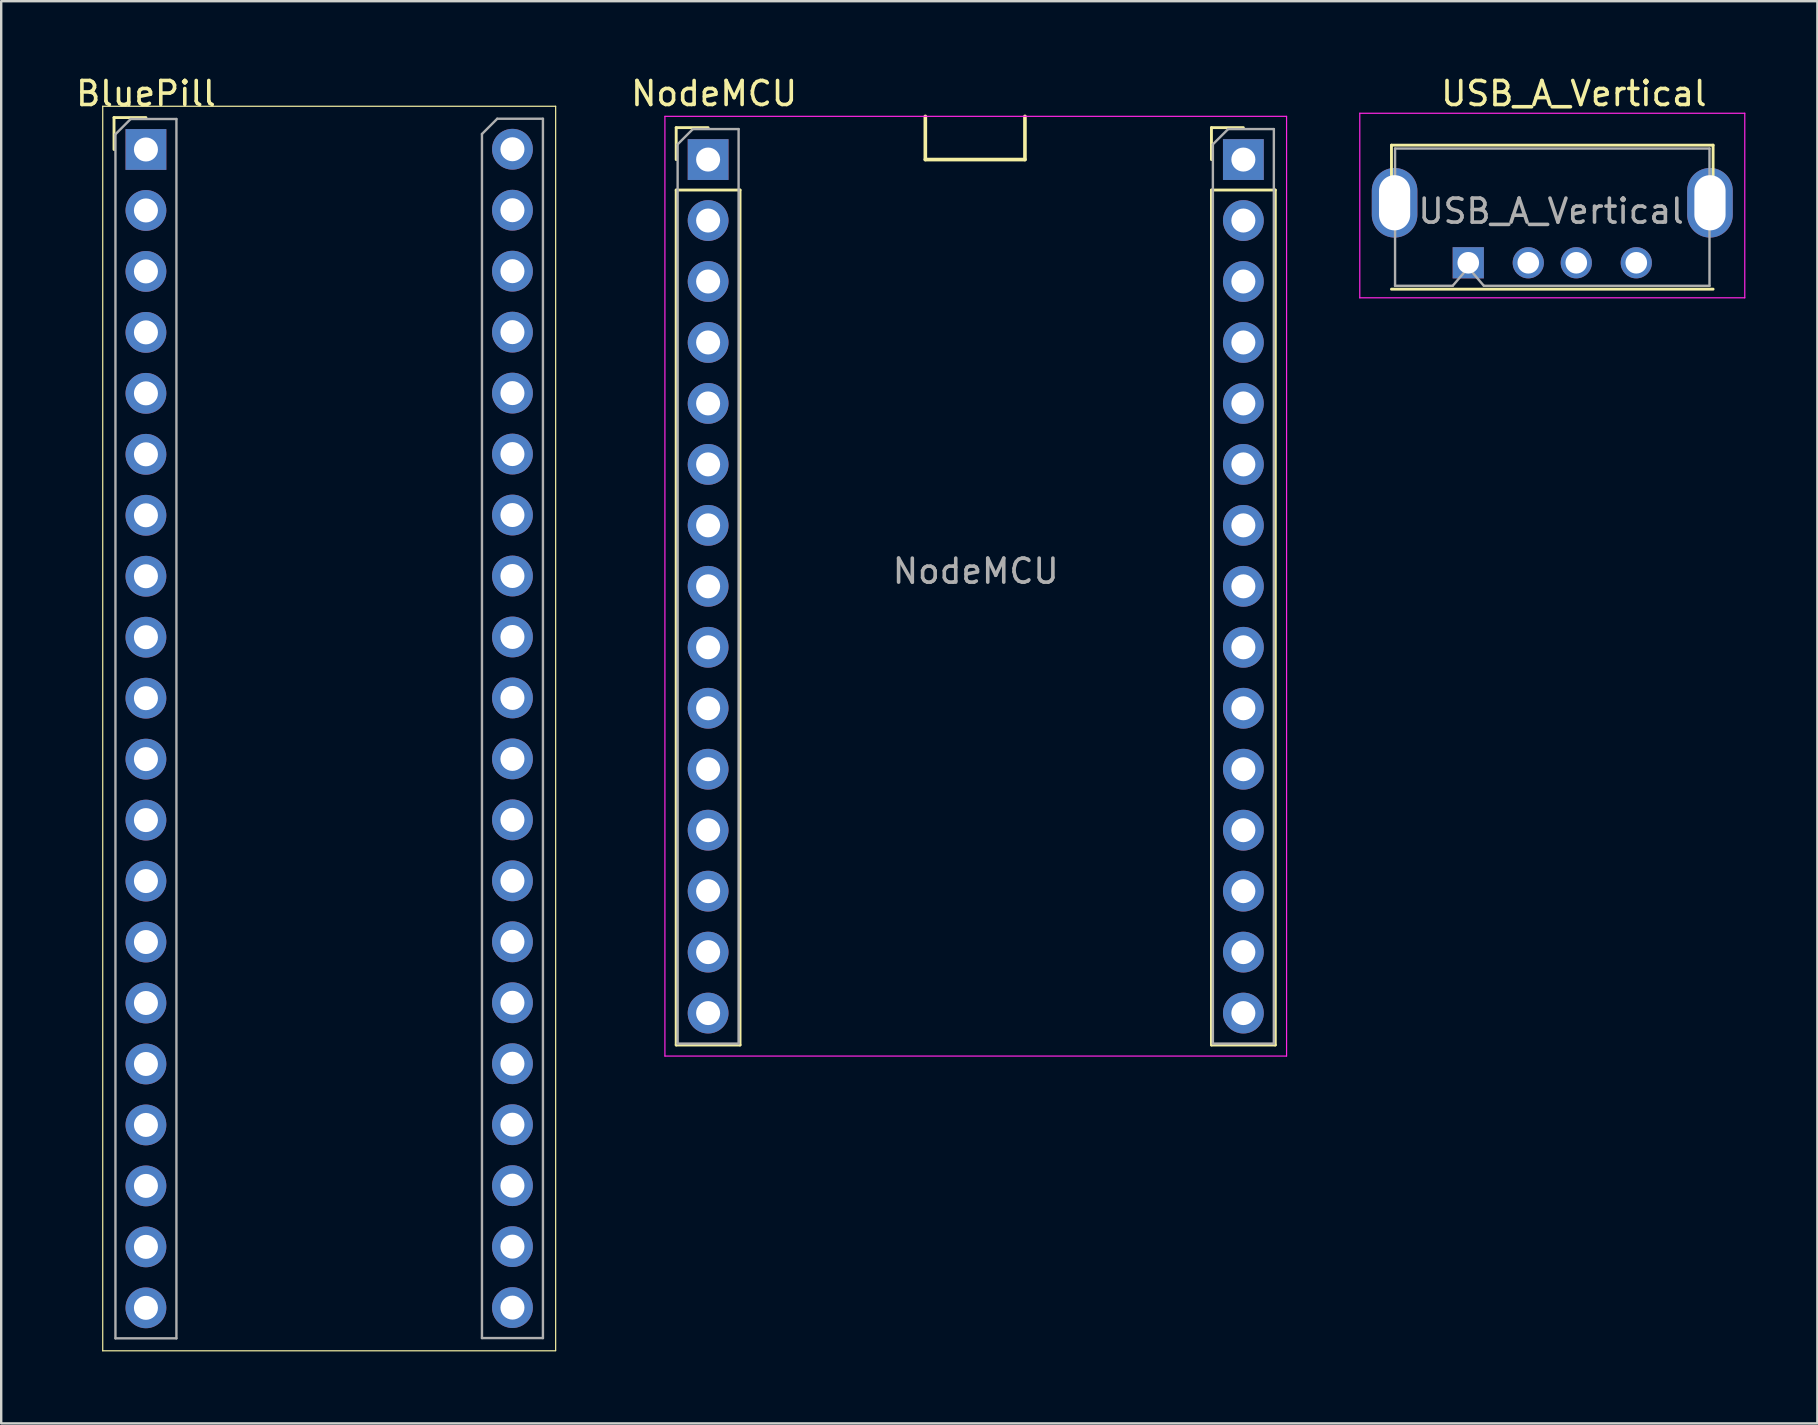
<source format=kicad_pcb>
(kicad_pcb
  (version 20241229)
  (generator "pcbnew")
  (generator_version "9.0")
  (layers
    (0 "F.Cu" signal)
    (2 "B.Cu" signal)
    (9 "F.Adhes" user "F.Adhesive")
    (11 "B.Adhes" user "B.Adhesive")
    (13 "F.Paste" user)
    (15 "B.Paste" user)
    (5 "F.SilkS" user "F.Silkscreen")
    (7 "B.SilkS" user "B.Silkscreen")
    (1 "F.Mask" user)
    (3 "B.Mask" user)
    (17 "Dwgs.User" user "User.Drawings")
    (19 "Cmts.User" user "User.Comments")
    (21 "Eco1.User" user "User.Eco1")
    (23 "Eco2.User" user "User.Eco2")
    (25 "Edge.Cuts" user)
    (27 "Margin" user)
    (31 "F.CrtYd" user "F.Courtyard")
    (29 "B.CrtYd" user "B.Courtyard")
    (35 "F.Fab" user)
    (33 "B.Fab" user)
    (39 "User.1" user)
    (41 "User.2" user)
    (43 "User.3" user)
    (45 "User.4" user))
  (footprint "NodeMCU"
    (layer "F.Cu")
    (at 26.452 3.598)
    (property "Reference" "NodeMCU" (at 0.25 -2.75 0) (layer "F.SilkS") (effects (font (size 1 1) (thickness 0.15))))
    (attr through_hole)
    (fp_line (start -1.33 -1.33) (end 0 -1.33) (stroke (width 0.12) (type solid)) (layer "F.SilkS"))
    (fp_line (start -1.33 0) (end -1.33 -1.33) (stroke (width 0.12) (type solid)) (layer "F.SilkS"))
    (fp_line (start -1.33 1.27) (end -1.33 36.89) (stroke (width 0.12) (type solid)) (layer "F.SilkS"))
    (fp_line (start -1.33 1.27) (end 1.33 1.27) (stroke (width 0.12) (type solid)) (layer "F.SilkS"))
    (fp_line (start -1.33 36.89) (end 1.33 36.89) (stroke (width 0.12) (type solid)) (layer "F.SilkS"))
    (fp_line (start 1.33 1.27) (end 1.33 36.89) (stroke (width 0.12) (type solid)) (layer "F.SilkS"))
    (fp_line (start 9.05 -1.8) (end 9.05 0) (stroke (width 0.15) (type solid)) (layer "F.SilkS"))
    (fp_line (start 9.05 0) (end 13.2 0) (stroke (width 0.15) (type solid)) (layer "F.SilkS"))
    (fp_line (start 13.2 0) (end 13.2 -1.8) (stroke (width 0.15) (type solid)) (layer "F.SilkS"))
    (fp_line (start 20.97 -1.33) (end 22.3 -1.33) (stroke (width 0.12) (type solid)) (layer "F.SilkS"))
    (fp_line (start 20.97 0) (end 20.97 -1.33) (stroke (width 0.12) (type solid)) (layer "F.SilkS"))
    (fp_line (start 20.97 1.27) (end 20.97 36.89) (stroke (width 0.12) (type solid)) (layer "F.SilkS"))
    (fp_line (start 20.97 1.27) (end 23.63 1.27) (stroke (width 0.12) (type solid)) (layer "F.SilkS"))
    (fp_line (start 20.97 36.89) (end 23.63 36.89) (stroke (width 0.12) (type solid)) (layer "F.SilkS"))
    (fp_line (start 23.63 1.27) (end 23.63 36.89) (stroke (width 0.12) (type solid)) (layer "F.SilkS"))
    (fp_line (start -1.8 -1.8) (end -1.8 37.35) (stroke (width 0.05) (type solid)) (layer "F.CrtYd"))
    (fp_line (start -1.8 -1.8) (end 24.1 -1.8) (stroke (width 0.05) (type solid)) (layer "F.CrtYd"))
    (fp_line (start -1.8 37.35) (end 24.1 37.35) (stroke (width 0.05) (type solid)) (layer "F.CrtYd"))
    (fp_line (start 24.1 37.35) (end 24.1 -1.8) (stroke (width 0.05) (type solid)) (layer "F.CrtYd"))
    (fp_line (start -1.27 -0.635) (end -0.635 -1.27) (stroke (width 0.1) (type solid)) (layer "F.Fab"))
    (fp_line (start -1.27 36.83) (end -1.27 -0.635) (stroke (width 0.1) (type solid)) (layer "F.Fab"))
    (fp_line (start -0.635 -1.27) (end 1.27 -1.27) (stroke (width 0.1) (type solid)) (layer "F.Fab"))
    (fp_line (start 1.27 -1.27) (end 1.27 36.83) (stroke (width 0.1) (type solid)) (layer "F.Fab"))
    (fp_line (start 1.27 36.83) (end -1.27 36.83) (stroke (width 0.1) (type solid)) (layer "F.Fab"))
    (fp_line (start 21.03 -0.635) (end 21.665 -1.27) (stroke (width 0.1) (type solid)) (layer "F.Fab"))
    (fp_line (start 21.03 36.83) (end 21.03 -0.635) (stroke (width 0.1) (type solid)) (layer "F.Fab"))
    (fp_line (start 21.665 -1.27) (end 23.57 -1.27) (stroke (width 0.1) (type solid)) (layer "F.Fab"))
    (fp_line (start 23.57 -1.27) (end 23.57 36.83) (stroke (width 0.1) (type solid)) (layer "F.Fab"))
    (fp_line (start 23.57 36.83) (end 21.03 36.83) (stroke (width 0.1) (type solid)) (layer "F.Fab"))
    (fp_text user "${REFERENCE}" (at 11.15 17.15 180) (layer "F.Fab") (effects (font (size 1 1) (thickness 0.15))))
    (pad "1" thru_hole rect (at 0 0) (size 1.7 1.7) (drill 1) (layers "*.Cu" "*.Mask"))
    (pad "2" thru_hole oval (at 0 2.54) (size 1.7 1.7) (drill 1) (layers "*.Cu" "*.Mask"))
    (pad "3" thru_hole oval (at 0 5.08) (size 1.7 1.7) (drill 1) (layers "*.Cu" "*.Mask"))
    (pad "4" thru_hole oval (at 0 7.62) (size 1.7 1.7) (drill 1) (layers "*.Cu" "*.Mask"))
    (pad "5" thru_hole oval (at 0 10.16) (size 1.7 1.7) (drill 1) (layers "*.Cu" "*.Mask"))
    (pad "6" thru_hole oval (at 0 12.7) (size 1.7 1.7) (drill 1) (layers "*.Cu" "*.Mask"))
    (pad "7" thru_hole oval (at 0 15.24) (size 1.7 1.7) (drill 1) (layers "*.Cu" "*.Mask"))
    (pad "8" thru_hole oval (at 0 17.78) (size 1.7 1.7) (drill 1) (layers "*.Cu" "*.Mask"))
    (pad "9" thru_hole oval (at 0 20.32) (size 1.7 1.7) (drill 1) (layers "*.Cu" "*.Mask"))
    (pad "10" thru_hole oval (at 0 22.86) (size 1.7 1.7) (drill 1) (layers "*.Cu" "*.Mask"))
    (pad "11" thru_hole oval (at 0 25.4) (size 1.7 1.7) (drill 1) (layers "*.Cu" "*.Mask"))
    (pad "12" thru_hole oval (at 0 27.94) (size 1.7 1.7) (drill 1) (layers "*.Cu" "*.Mask"))
    (pad "13" thru_hole oval (at 0 30.48) (size 1.7 1.7) (drill 1) (layers "*.Cu" "*.Mask"))
    (pad "14" thru_hole oval (at 0 33.02) (size 1.7 1.7) (drill 1) (layers "*.Cu" "*.Mask"))
    (pad "15" thru_hole oval (at 0 35.56) (size 1.7 1.7) (drill 1) (layers "*.Cu" "*.Mask"))
    (pad "16" thru_hole oval (at 22.3 35.56) (size 1.7 1.7) (drill 1) (layers "*.Cu" "*.Mask"))
    (pad "17" thru_hole oval (at 22.3 33.02) (size 1.7 1.7) (drill 1) (layers "*.Cu" "*.Mask"))
    (pad "18" thru_hole oval (at 22.3 30.48) (size 1.7 1.7) (drill 1) (layers "*.Cu" "*.Mask"))
    (pad "19" thru_hole oval (at 22.3 27.94) (size 1.7 1.7) (drill 1) (layers "*.Cu" "*.Mask"))
    (pad "20" thru_hole oval (at 22.3 25.4) (size 1.7 1.7) (drill 1) (layers "*.Cu" "*.Mask"))
    (pad "21" thru_hole oval (at 22.3 22.86) (size 1.7 1.7) (drill 1) (layers "*.Cu" "*.Mask"))
    (pad "22" thru_hole oval (at 22.3 20.32) (size 1.7 1.7) (drill 1) (layers "*.Cu" "*.Mask"))
    (pad "23" thru_hole oval (at 22.3 17.78) (size 1.7 1.7) (drill 1) (layers "*.Cu" "*.Mask"))
    (pad "24" thru_hole oval (at 22.3 15.24) (size 1.7 1.7) (drill 1) (layers "*.Cu" "*.Mask"))
    (pad "25" thru_hole oval (at 22.3 12.7) (size 1.7 1.7) (drill 1) (layers "*.Cu" "*.Mask"))
    (pad "26" thru_hole oval (at 22.3 10.16) (size 1.7 1.7) (drill 1) (layers "*.Cu" "*.Mask"))
    (pad "27" thru_hole oval (at 22.3 7.62) (size 1.7 1.7) (drill 1) (layers "*.Cu" "*.Mask"))
    (pad "28" thru_hole oval (at 22.3 5.08) (size 1.7 1.7) (drill 1) (layers "*.Cu" "*.Mask"))
    (pad "29" thru_hole oval (at 22.3 2.54) (size 1.7 1.7) (drill 1) (layers "*.Cu" "*.Mask"))
    (pad "30" thru_hole rect (at 22.3 0) (size 1.7 1.7) (drill 1) (layers "*.Cu" "*.Mask")))
  (footprint "USB_A_Vertical"
    (layer "F.Cu")
    (at 58.122 7.898)
    (property "Reference" "USB_A_Vertical" (at 4.4 -7.05 0) (layer "F.SilkS") (effects (font (size 1 1) (thickness 0.15))))
    (attr through_hole)
    (fp_line (start -3.2 -4.9) (end -3.2 -2.3) (stroke (width 0.12) (type solid)) (layer "F.SilkS"))
    (fp_line (start -3.2 -4.9) (end 10.2 -4.9) (stroke (width 0.12) (type solid)) (layer "F.SilkS"))
    (fp_line (start 10.2 -4.9) (end 10.2 -2.3) (stroke (width 0.12) (type solid)) (layer "F.SilkS"))
    (fp_line (start 10.2 1.1) (end -3.2 1.1) (stroke (width 0.12) (type solid)) (layer "F.SilkS"))
    (fp_line (start -4.52 -6.23) (end 11.52 -6.23) (stroke (width 0.05) (type solid)) (layer "F.CrtYd"))
    (fp_line (start -4.52 1.46) (end -4.52 -6.23) (stroke (width 0.05) (type solid)) (layer "F.CrtYd"))
    (fp_line (start 11.52 -6.23) (end 11.52 1.46) (stroke (width 0.05) (type solid)) (layer "F.CrtYd"))
    (fp_line (start 11.52 1.46) (end -4.52 1.46) (stroke (width 0.05) (type solid)) (layer "F.CrtYd"))
    (fp_line (start -3.05 -4.76) (end 10.05 -4.76) (stroke (width 0.1) (type solid)) (layer "F.Fab"))
    (fp_line (start -3.05 0.96) (end -3.05 -4.76) (stroke (width 0.1) (type solid)) (layer "F.Fab"))
    (fp_line (start -0.65 0.96) (end -3.05 0.96) (stroke (width 0.1) (type solid)) (layer "F.Fab"))
    (fp_line (start -0.65 0.96) (end 0 0.2) (stroke (width 0.1) (type solid)) (layer "F.Fab"))
    (fp_line (start 0 0.2) (end 0.65 0.96) (stroke (width 0.1) (type solid)) (layer "F.Fab"))
    (fp_line (start 10.05 -4.76) (end 10.05 0.96) (stroke (width 0.1) (type solid)) (layer "F.Fab"))
    (fp_line (start 10.05 0.96) (end 0.65 0.96) (stroke (width 0.1) (type solid)) (layer "F.Fab"))
    (fp_text user "${REFERENCE}" (at 3.45 -2.15 0) (layer "F.Fab") (effects (font (size 1 1) (thickness 0.15))))
    (pad "1" thru_hole circle (at 7 0) (size 1.3 1.3) (drill 0.9) (layers "*.Cu" "*.Mask"))
    (pad "2" thru_hole circle (at 4.5 0) (size 1.3 1.3) (drill 0.9) (layers "*.Cu" "*.Mask"))
    (pad "3" thru_hole circle (at 2.5 0) (size 1.3 1.3) (drill 0.9) (layers "*.Cu" "*.Mask"))
    (pad "4" thru_hole rect (at 0 0) (size 1.3 1.3) (drill 0.9) (layers "*.Cu" "*.Mask"))
    (pad "5" thru_hole oval (at -3.07 -2.5 180) (size 1.9 2.9) (drill oval 1.3 2.3) (layers "*.Cu" "*.Mask"))
    (pad "5" thru_hole oval (at 10.07 -2.5) (size 1.9 2.9) (drill oval 1.3 2.3) (layers "*.Cu" "*.Mask")))
  (footprint "BluePill"
    (layer "F.Cu")
    (at 3.03 3.178)
    (property "Reference" "BluePill" (at 0 -2.33 0) (layer "F.SilkS") (effects (font (size 1 1) (thickness 0.15))))
    (attr through_hole)
    (fp_line (start -1.8 -1.8) (end -1.8 50.05) (stroke (width 0.05) (type solid)) (layer "F.SilkS"))
    (fp_line (start -1.8 50.05) (end 17.07 50.05) (stroke (width 0.05) (type solid)) (layer "F.SilkS"))
    (fp_line (start -1.33 -1.33) (end 0 -1.33) (stroke (width 0.12) (type solid)) (layer "F.SilkS"))
    (fp_line (start -1.33 0) (end -1.33 -1.33) (stroke (width 0.12) (type solid)) (layer "F.SilkS"))
    (fp_line (start 17.07 -1.8) (end -1.8 -1.8) (stroke (width 0.05) (type solid)) (layer "F.SilkS"))
    (fp_line (start 17.07 50.04) (end 17.07 -1.8) (stroke (width 0.05) (type solid)) (layer "F.SilkS"))
    (fp_line (start -1.27 -0.635) (end -0.635 -1.27) (stroke (width 0.1) (type solid)) (layer "F.Fab"))
    (fp_line (start -1.27 49.53) (end -1.27 -0.635) (stroke (width 0.1) (type solid)) (layer "F.Fab"))
    (fp_line (start -0.635 -1.27) (end 1.27 -1.27) (stroke (width 0.1) (type solid)) (layer "F.Fab"))
    (fp_line (start 1.27 -1.27) (end 1.27 49.53) (stroke (width 0.1) (type solid)) (layer "F.Fab"))
    (fp_line (start 1.27 49.53) (end -1.27 49.53) (stroke (width 0.1) (type solid)) (layer "F.Fab"))
    (fp_line (start 14 -0.645) (end 14.635 -1.28) (stroke (width 0.1) (type solid)) (layer "F.Fab"))
    (fp_line (start 14 49.52) (end 14 -0.645) (stroke (width 0.1) (type solid)) (layer "F.Fab"))
    (fp_line (start 14.635 -1.28) (end 16.54 -1.28) (stroke (width 0.1) (type solid)) (layer "F.Fab"))
    (fp_line (start 16.54 -1.28) (end 16.54 49.52) (stroke (width 0.1) (type solid)) (layer "F.Fab"))
    (fp_line (start 16.54 49.52) (end 14 49.52) (stroke (width 0.1) (type solid)) (layer "F.Fab"))
    (pad "1" thru_hole rect (at 0 0) (size 1.7 1.7) (drill 1) (layers "*.Cu" "*.Mask"))
    (pad "2" thru_hole oval (at 0 2.54) (size 1.7 1.7) (drill 1) (layers "*.Cu" "*.Mask"))
    (pad "3" thru_hole oval (at 0 5.08) (size 1.7 1.7) (drill 1) (layers "*.Cu" "*.Mask"))
    (pad "4" thru_hole oval (at 0 7.62) (size 1.7 1.7) (drill 1) (layers "*.Cu" "*.Mask"))
    (pad "5" thru_hole oval (at 0 10.16) (size 1.7 1.7) (drill 1) (layers "*.Cu" "*.Mask"))
    (pad "6" thru_hole oval (at 0 12.7) (size 1.7 1.7) (drill 1) (layers "*.Cu" "*.Mask"))
    (pad "7" thru_hole oval (at 0 15.24) (size 1.7 1.7) (drill 1) (layers "*.Cu" "*.Mask"))
    (pad "8" thru_hole oval (at 0 17.78) (size 1.7 1.7) (drill 1) (layers "*.Cu" "*.Mask"))
    (pad "9" thru_hole oval (at 0 20.32) (size 1.7 1.7) (drill 1) (layers "*.Cu" "*.Mask"))
    (pad "10" thru_hole oval (at 0 22.86) (size 1.7 1.7) (drill 1) (layers "*.Cu" "*.Mask"))
    (pad "11" thru_hole oval (at 0 25.4) (size 1.7 1.7) (drill 1) (layers "*.Cu" "*.Mask"))
    (pad "12" thru_hole oval (at 0 27.94) (size 1.7 1.7) (drill 1) (layers "*.Cu" "*.Mask"))
    (pad "13" thru_hole oval (at 0 30.48) (size 1.7 1.7) (drill 1) (layers "*.Cu" "*.Mask"))
    (pad "14" thru_hole oval (at 0 33.02) (size 1.7 1.7) (drill 1) (layers "*.Cu" "*.Mask"))
    (pad "15" thru_hole oval (at 0 35.56) (size 1.7 1.7) (drill 1) (layers "*.Cu" "*.Mask"))
    (pad "16" thru_hole oval (at 0 38.1) (size 1.7 1.7) (drill 1) (layers "*.Cu" "*.Mask"))
    (pad "17" thru_hole oval (at 0 40.64) (size 1.7 1.7) (drill 1) (layers "*.Cu" "*.Mask"))
    (pad "18" thru_hole oval (at 0 43.18) (size 1.7 1.7) (drill 1) (layers "*.Cu" "*.Mask"))
    (pad "19" thru_hole oval (at 0 45.72) (size 1.7 1.7) (drill 1) (layers "*.Cu" "*.Mask"))
    (pad "20" thru_hole oval (at 0 48.26) (size 1.7 1.7) (drill 1) (layers "*.Cu" "*.Mask"))
    (pad "21" thru_hole oval (at 15.27 48.25) (size 1.7 1.7) (drill 1) (layers "*.Cu" "*.Mask"))
    (pad "22" thru_hole oval (at 15.27 45.71) (size 1.7 1.7) (drill 1) (layers "*.Cu" "*.Mask"))
    (pad "23" thru_hole oval (at 15.27 43.17) (size 1.7 1.7) (drill 1) (layers "*.Cu" "*.Mask"))
    (pad "24" thru_hole oval (at 15.27 40.63) (size 1.7 1.7) (drill 1) (layers "*.Cu" "*.Mask"))
    (pad "25" thru_hole oval (at 15.27 38.09) (size 1.7 1.7) (drill 1) (layers "*.Cu" "*.Mask"))
    (pad "26" thru_hole oval (at 15.27 35.55) (size 1.7 1.7) (drill 1) (layers "*.Cu" "*.Mask"))
    (pad "27" thru_hole oval (at 15.27 33.01) (size 1.7 1.7) (drill 1) (layers "*.Cu" "*.Mask"))
    (pad "28" thru_hole oval (at 15.27 30.47) (size 1.7 1.7) (drill 1) (layers "*.Cu" "*.Mask"))
    (pad "29" thru_hole oval (at 15.27 27.93) (size 1.7 1.7) (drill 1) (layers "*.Cu" "*.Mask"))
    (pad "30" thru_hole oval (at 15.27 25.39) (size 1.7 1.7) (drill 1) (layers "*.Cu" "*.Mask"))
    (pad "31" thru_hole oval (at 15.27 22.85) (size 1.7 1.7) (drill 1) (layers "*.Cu" "*.Mask"))
    (pad "32" thru_hole oval (at 15.27 20.31) (size 1.7 1.7) (drill 1) (layers "*.Cu" "*.Mask"))
    (pad "33" thru_hole oval (at 15.27 17.77) (size 1.7 1.7) (drill 1) (layers "*.Cu" "*.Mask"))
    (pad "34" thru_hole oval (at 15.27 15.23) (size 1.7 1.7) (drill 1) (layers "*.Cu" "*.Mask"))
    (pad "35" thru_hole oval (at 15.27 12.69) (size 1.7 1.7) (drill 1) (layers "*.Cu" "*.Mask"))
    (pad "36" thru_hole oval (at 15.27 10.15) (size 1.7 1.7) (drill 1) (layers "*.Cu" "*.Mask"))
    (pad "37" thru_hole oval (at 15.27 7.61) (size 1.7 1.7) (drill 1) (layers "*.Cu" "*.Mask"))
    (pad "38" thru_hole oval (at 15.27 5.07) (size 1.7 1.7) (drill 1) (layers "*.Cu" "*.Mask"))
    (pad "39" thru_hole oval (at 15.27 2.53) (size 1.7 1.7) (drill 1) (layers "*.Cu" "*.Mask"))
    (pad "40" thru_hole oval (at 15.27 -0.01) (size 1.7 1.7) (drill 1) (layers "*.Cu" "*.Mask")))
  (gr_rect
    (start -3 -3)
    (end 72.667 56.253)
    (stroke (width 0.1) (type default))
    (fill no)
    (layer "Edge.Cuts")))
</source>
